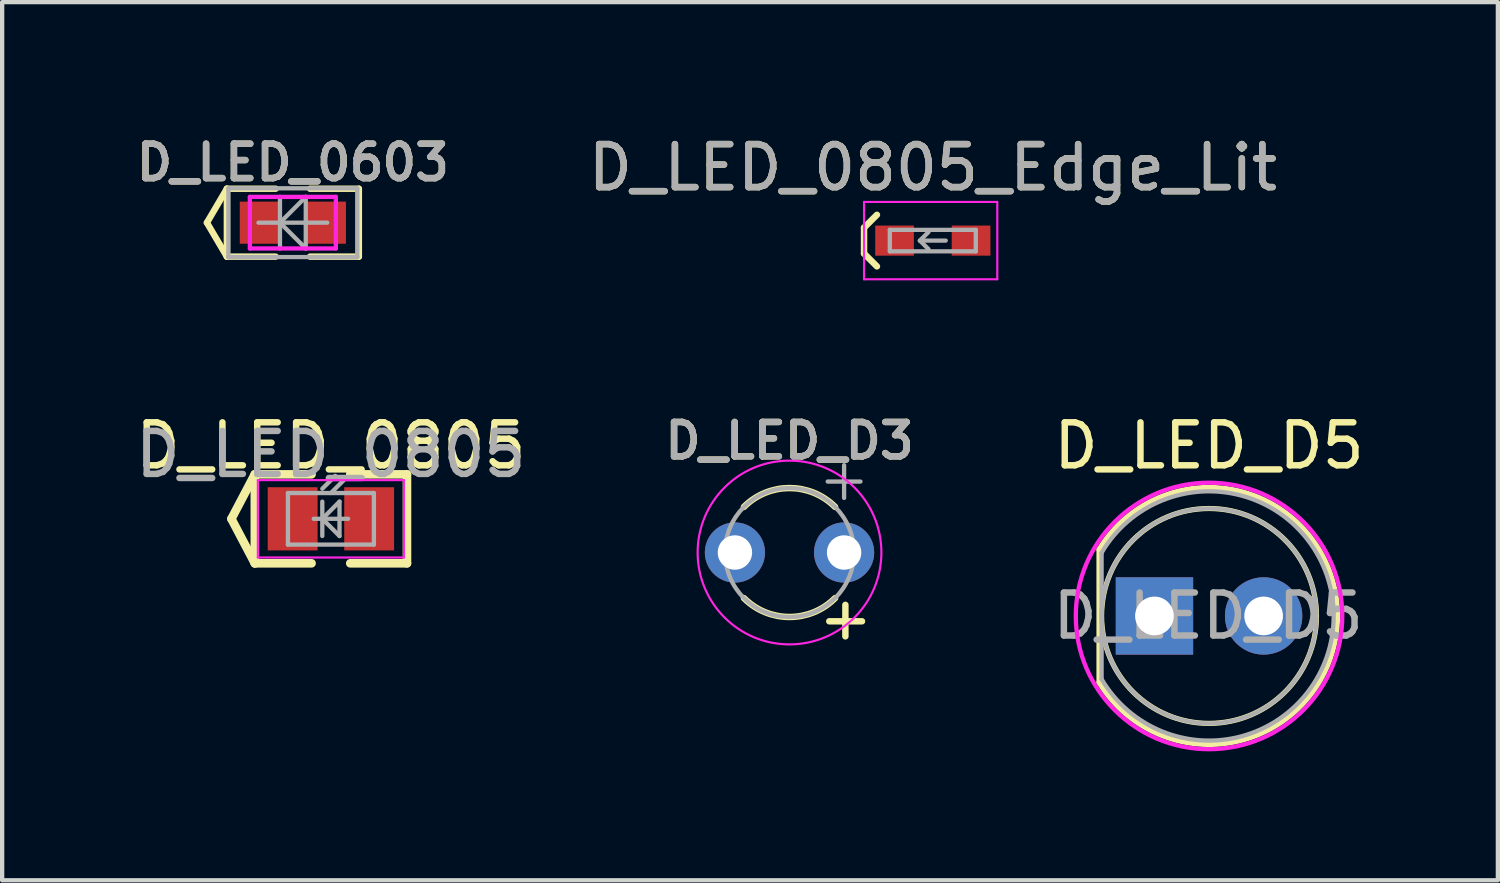
<source format=kicad_pcb>
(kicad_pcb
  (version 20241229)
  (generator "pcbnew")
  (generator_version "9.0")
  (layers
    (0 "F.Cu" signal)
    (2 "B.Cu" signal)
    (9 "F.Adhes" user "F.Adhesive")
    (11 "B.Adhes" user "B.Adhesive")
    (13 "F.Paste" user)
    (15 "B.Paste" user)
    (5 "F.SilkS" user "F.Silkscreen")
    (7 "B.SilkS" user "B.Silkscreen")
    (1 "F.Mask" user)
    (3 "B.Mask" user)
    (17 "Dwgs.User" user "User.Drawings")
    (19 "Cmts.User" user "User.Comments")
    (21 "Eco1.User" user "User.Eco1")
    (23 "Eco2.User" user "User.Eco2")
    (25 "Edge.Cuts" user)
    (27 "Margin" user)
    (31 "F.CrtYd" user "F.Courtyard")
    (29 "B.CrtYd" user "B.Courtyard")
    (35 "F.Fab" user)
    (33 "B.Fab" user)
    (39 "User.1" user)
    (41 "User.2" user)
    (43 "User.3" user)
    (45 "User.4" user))
  (footprint "D_LED_0805_Edge_Lit"
    (layer "F.Cu")
    (at 18.653 2.548)
    (property "Reference" "D_LED_0805_Edge_Lit" (at 0 -1.7 0) (layer "F.SilkS") (effects (font (size 1 1) (thickness 0.15))))
    (attr smd)
    (fp_line (start -1.6 -0.3) (end -1.3 -0.6) (stroke (width 0.15) (type solid)) (layer "F.SilkS"))
    (fp_line (start -1.6 0.3) (end -1.6 -0.3) (stroke (width 0.15) (type solid)) (layer "F.SilkS"))
    (fp_line (start -1.3 0.6) (end -1.6 0.3) (stroke (width 0.15) (type solid)) (layer "F.SilkS"))
    (fp_line (start -1.6 -0.9) (end 1.5 -0.9) (stroke (width 0.05) (type solid)) (layer "F.CrtYd"))
    (fp_line (start -1.6 0.9) (end -1.6 -0.9) (stroke (width 0.05) (type solid)) (layer "F.CrtYd"))
    (fp_line (start 1.5 -0.9) (end 1.5 0.9) (stroke (width 0.05) (type solid)) (layer "F.CrtYd"))
    (fp_line (start 1.5 0.9) (end -1.6 0.9) (stroke (width 0.05) (type solid)) (layer "F.CrtYd"))
    (fp_line (start -1 -0.25) (end 1 -0.25) (stroke (width 0.1) (type solid)) (layer "F.Fab"))
    (fp_line (start -1 0.25) (end -1 -0.25) (stroke (width 0.1) (type solid)) (layer "F.Fab"))
    (fp_line (start -0.3 0) (end -0.1 -0.2) (stroke (width 0.1) (type solid)) (layer "F.Fab"))
    (fp_line (start -0.3 0) (end -0.1 0.2) (stroke (width 0.1) (type solid)) (layer "F.Fab"))
    (fp_line (start -0.3 0) (end 0.3 0) (stroke (width 0.1) (type solid)) (layer "F.Fab"))
    (fp_line (start 1 -0.25) (end 1 0.25) (stroke (width 0.1) (type solid)) (layer "F.Fab"))
    (fp_line (start 1 0.25) (end -1 0.25) (stroke (width 0.1) (type solid)) (layer "F.Fab"))
    (fp_text user "${REFERENCE}" (at 0 -1.7 0) (layer "F.Fab") (effects (font (size 1 1) (thickness 0.15))))
    (pad "A" smd rect (at 0.89 0 180) (size 0.9 0.7) (layers "F.Cu" "F.Mask" "F.Paste"))
    (pad "K" smd rect (at -0.89 0 180) (size 0.9 0.7) (layers "F.Cu" "F.Mask" "F.Paste")))
  (footprint "D_LED_D5"
    (layer "F.Cu")
    (at 23.81 11.281)
    (property "Reference" "D_LED_D5" (at 1.27 -3.96 0) (layer "F.SilkS") (effects (font (size 1 1) (thickness 0.15))))
    (attr through_hole)
    (fp_line (start -1.29 -1.545) (end -1.29 1.545) (stroke (width 0.12) (type solid)) (layer "F.SilkS"))
    (fp_arc (start -1.29 -1.54483) (mid 2.072002 -2.880433) (end 4.26 0.000462) (stroke (width 0.12) (type solid)) (layer "F.SilkS"))
    (fp_arc (start 4.26 -0.000462) (mid 2.072002 2.880433) (end -1.29 1.54483) (stroke (width 0.12) (type solid)) (layer "F.SilkS"))
    (fp_circle (center 1.27 0) (end 3.77 0) (stroke (width 0.12) (type solid)) (fill no) (layer "F.SilkS"))
    (fp_circle (center 1.27 0) (end 4.37 0) (stroke (width 0.1) (type solid)) (fill no) (layer "F.CrtYd"))
    (fp_line (start -1.23 -1.47) (end -1.23 1.47) (stroke (width 0.1) (type solid)) (layer "F.Fab"))
    (fp_arc (start -1.23 -1.469694) (mid 4.17 0.000016) (end -1.230016 1.469666) (stroke (width 0.1) (type solid)) (layer "F.Fab"))
    (fp_circle (center 1.27 0) (end 3.77 0) (stroke (width 0.1) (type solid)) (fill no) (layer "F.Fab"))
    (fp_text user "${REFERENCE}" (at 1.25 0 0) (layer "F.Fab") (effects (font (size 1 1) (thickness 0.15))))
    (pad "A" thru_hole circle (at 2.54 0) (size 1.8 1.8) (drill 0.9) (layers "*.Cu" "*.Mask"))
    (pad "K" thru_hole rect (at 0 0) (size 1.8 1.8) (drill 0.9) (layers "*.Cu" "*.Mask")))
  (footprint "D_LED_0805"
    (layer "F.Cu")
    (at 4.649 9.021)
    (property "Reference" "D_LED_0805" (at 0 -1.7 0) (layer "F.SilkS") (effects (font (size 1 1) (thickness 0.15))))
    (attr smd)
    (fp_line (start -2.315 0) (end -1.77 -1.035) (stroke (width 0.2) (type solid)) (layer "F.SilkS"))
    (fp_line (start -2.315 0) (end -1.77 1.035) (stroke (width 0.2) (type solid)) (layer "F.SilkS"))
    (fp_line (start -1.77 -1.035) (end -0.45 -1.035) (stroke (width 0.2) (type solid)) (layer "F.SilkS"))
    (fp_line (start -1.77 1.035) (end -1.77 -1.035) (stroke (width 0.2) (type solid)) (layer "F.SilkS"))
    (fp_line (start -1.77 1.035) (end -0.45 1.035) (stroke (width 0.2) (type solid)) (layer "F.SilkS"))
    (fp_line (start 0.45 -1.035) (end 1.77 -1.035) (stroke (width 0.2) (type solid)) (layer "F.SilkS"))
    (fp_line (start 0.45 1.035) (end 1.77 1.035) (stroke (width 0.2) (type solid)) (layer "F.SilkS"))
    (fp_line (start 1.77 1.035) (end 1.77 -1.035) (stroke (width 0.2) (type solid)) (layer "F.SilkS"))
    (fp_line (start -1.7 -0.9) (end 1.7 -0.9) (stroke (width 0.05) (type solid)) (layer "F.CrtYd"))
    (fp_line (start -1.7 0.9) (end -1.7 -0.9) (stroke (width 0.05) (type solid)) (layer "F.CrtYd"))
    (fp_line (start 1.7 -0.9) (end 1.7 0.9) (stroke (width 0.05) (type solid)) (layer "F.CrtYd"))
    (fp_line (start 1.7 0.9) (end -1.7 0.9) (stroke (width 0.05) (type solid)) (layer "F.CrtYd"))
    (fp_line (start -1 -0.6) (end 1 -0.6) (stroke (width 0.1) (type solid)) (layer "F.Fab"))
    (fp_line (start -1 0.6) (end -1 -0.6) (stroke (width 0.1) (type solid)) (layer "F.Fab"))
    (fp_line (start -0.4 0) (end 0.4 0) (stroke (width 0.1) (type solid)) (layer "F.Fab"))
    (fp_line (start -0.2 -0.7) (end 0.1 -1) (stroke (width 0.1) (type solid)) (layer "F.Fab"))
    (fp_line (start -0.2 0) (end 0.2 -0.4) (stroke (width 0.1) (type solid)) (layer "F.Fab"))
    (fp_line (start -0.2 0) (end 0.2 0.4) (stroke (width 0.1) (type solid)) (layer "F.Fab"))
    (fp_line (start -0.2 0.4) (end -0.2 -0.4) (stroke (width 0.1) (type solid)) (layer "F.Fab"))
    (fp_line (start 0 -0.6) (end 0.3 -0.9) (stroke (width 0.1) (type solid)) (layer "F.Fab"))
    (fp_line (start 0.2 0.4) (end 0.2 -0.4) (stroke (width 0.1) (type solid)) (layer "F.Fab"))
    (fp_line (start 1 -0.6) (end 1 0.6) (stroke (width 0.1) (type solid)) (layer "F.Fab"))
    (fp_line (start 1 0.6) (end -1 0.6) (stroke (width 0.1) (type solid)) (layer "F.Fab"))
    (fp_text user "${REFERENCE}" (at 0 -1.5 0) (layer "F.Fab") (effects (font (size 1 1) (thickness 0.15))))
    (pad "A" smd rect (at 0.89 0 180) (size 1.16 1.47) (layers "F.Cu" "F.Mask" "F.Paste"))
    (pad "K" smd rect (at -0.89 0 180) (size 1.16 1.47) (layers "F.Cu" "F.Mask" "F.Paste")))
  (footprint "D_LED_D3"
    (layer "F.Cu")
    (at 15.319 9.805)
    (property "Reference" "D_LED_D3" (at 0 -2.6 0) (layer "F.SilkS") (effects (font (size 0.8 0.8) (thickness 0.15))))
    (attr through_hole)
    (fp_line (start 0.925 1.6) (end 1.687 1.6) (stroke (width 0.15) (type solid)) (layer "F.SilkS"))
    (fp_line (start 1.3 1.95) (end 1.3 1.218) (stroke (width 0.15) (type solid)) (layer "F.SilkS"))
    (fp_arc (start -1.06066 -1.06066) (mid 0 -1.5) (end 1.06066 -1.06066) (stroke (width 0.15) (type solid)) (layer "F.SilkS"))
    (fp_arc (start 1.06066 1.06066) (mid 0 1.5) (end -1.06066 1.06066) (stroke (width 0.15) (type solid)) (layer "F.SilkS"))
    (fp_circle (center 0 0) (end -0.4 -2.1) (stroke (width 0.05) (type solid)) (fill no) (layer "F.CrtYd"))
    (fp_line (start 0.889 -1.651) (end 1.651 -1.651) (stroke (width 0.1) (type solid)) (layer "F.Fab"))
    (fp_line (start 1.27 -1.27) (end 1.27 -2.032) (stroke (width 0.1) (type solid)) (layer "F.Fab"))
    (fp_circle (center 0 0) (end 1.5 0) (stroke (width 0.1) (type solid)) (fill no) (layer "F.Fab"))
    (fp_text user "${REFERENCE}" (at 0 -2.6 0) (layer "F.Fab") (effects (font (size 0.8 0.8) (thickness 0.15))))
    (pad "A" thru_hole circle (at 1.27 0) (size 1.4 1.4) (drill 0.8) (layers "*.Cu" "*.Mask"))
    (pad "K" thru_hole circle (at -1.27 0) (size 1.4 1.4) (drill 0.8) (layers "*.Cu" "*.Mask")))
  (footprint "D_LED_0603"
    (layer "F.Cu")
    (at 3.764 2.131)
    (property "Reference" "D_LED_0603" (at 0 -1.4 0) (layer "F.SilkS") (effects (font (size 0.8 0.8) (thickness 0.15))))
    (attr smd)
    (fp_line (start -2 0) (end -1.535 -0.79) (stroke (width 0.15) (type solid)) (layer "F.SilkS"))
    (fp_line (start -2 0) (end -1.535 0.79) (stroke (width 0.15) (type solid)) (layer "F.SilkS"))
    (fp_line (start -1.535 -0.79) (end -0.4 -0.79) (stroke (width 0.15) (type solid)) (layer "F.SilkS"))
    (fp_line (start -1.535 0.79) (end -1.535 -0.79) (stroke (width 0.15) (type solid)) (layer "F.SilkS"))
    (fp_line (start -1.535 0.79) (end -0.4 0.79) (stroke (width 0.15) (type solid)) (layer "F.SilkS"))
    (fp_line (start 0.4 -0.79) (end 1.535 -0.79) (stroke (width 0.15) (type solid)) (layer "F.SilkS"))
    (fp_line (start 0.4 0.79) (end 1.535 0.79) (stroke (width 0.15) (type solid)) (layer "F.SilkS"))
    (fp_line (start 1.535 0.79) (end 1.535 -0.79) (stroke (width 0.15) (type solid)) (layer "F.SilkS"))
    (fp_line (start -1 -0.6) (end 1 -0.6) (stroke (width 0.1) (type solid)) (layer "F.CrtYd"))
    (fp_line (start -1 0.6) (end -1 -0.6) (stroke (width 0.1) (type solid)) (layer "F.CrtYd"))
    (fp_line (start 1 -0.6) (end 1 0.6) (stroke (width 0.1) (type solid)) (layer "F.CrtYd"))
    (fp_line (start 1 0.6) (end -1 0.6) (stroke (width 0.1) (type solid)) (layer "F.CrtYd"))
    (fp_line (start -1.5 -0.8) (end 1.5 -0.8) (stroke (width 0.1) (type solid)) (layer "F.Fab"))
    (fp_line (start -1.5 0.8) (end -1.5 -0.8) (stroke (width 0.1) (type solid)) (layer "F.Fab"))
    (fp_line (start -1.5 0.8) (end -1.5 0.8) (stroke (width 0.1) (type solid)) (layer "F.Fab"))
    (fp_line (start -1.5 0.8) (end 1.5 0.8) (stroke (width 0.1) (type solid)) (layer "F.Fab"))
    (fp_line (start -0.8 0) (end 0.8 0) (stroke (width 0.1) (type solid)) (layer "F.Fab"))
    (fp_line (start -0.3 0) (end -0.3 0) (stroke (width 0.1) (type solid)) (layer "F.Fab"))
    (fp_line (start -0.3 0) (end 0.3 -0.6) (stroke (width 0.1) (type solid)) (layer "F.Fab"))
    (fp_line (start -0.3 0) (end 0.3 0.6) (stroke (width 0.1) (type solid)) (layer "F.Fab"))
    (fp_line (start -0.3 0.6) (end -0.3 -0.6) (stroke (width 0.1) (type solid)) (layer "F.Fab"))
    (fp_line (start 0.3 0.6) (end 0.3 -0.6) (stroke (width 0.1) (type solid)) (layer "F.Fab"))
    (fp_line (start 1.5 0.8) (end 1.5 -0.8) (stroke (width 0.1) (type solid)) (layer "F.Fab"))
    (fp_text user "${REFERENCE}" (at 0 -1.4 0) (layer "F.Fab") (effects (font (size 0.8 0.8) (thickness 0.15))))
    (pad "A" smd rect (at 0.77 0 180) (size 0.93 0.98) (layers "F.Cu" "F.Mask" "F.Paste"))
    (pad "K" smd rect (at -0.77 0 180) (size 0.93 0.98) (layers "F.Cu" "F.Mask" "F.Paste")))
  (gr_rect
    (start -3 -3)
    (end 31.8 17.431)
    (stroke (width 0.1) (type default))
    (fill no)
    (layer "Edge.Cuts")))
</source>
